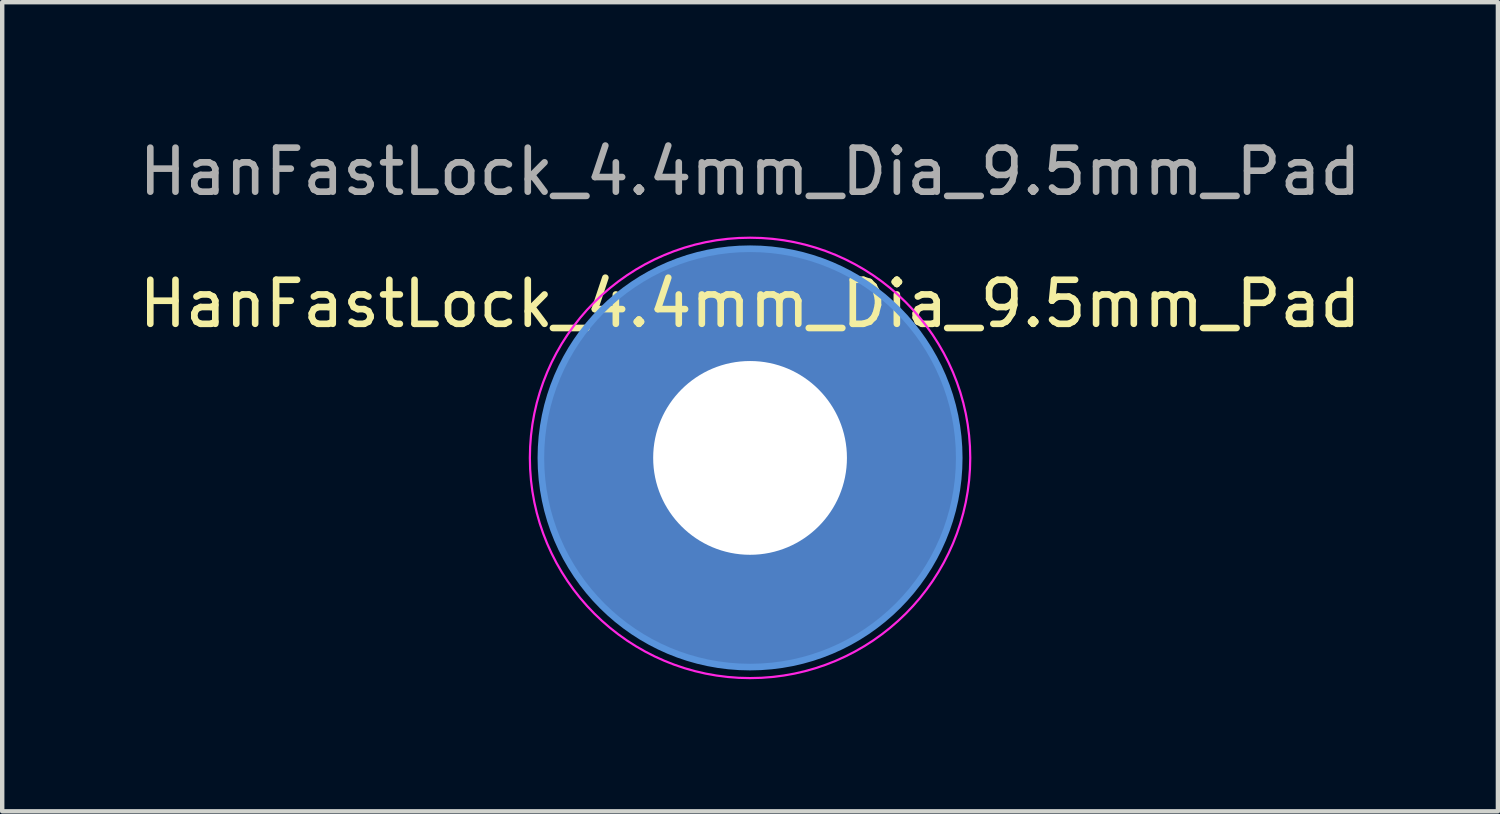
<source format=kicad_pcb>
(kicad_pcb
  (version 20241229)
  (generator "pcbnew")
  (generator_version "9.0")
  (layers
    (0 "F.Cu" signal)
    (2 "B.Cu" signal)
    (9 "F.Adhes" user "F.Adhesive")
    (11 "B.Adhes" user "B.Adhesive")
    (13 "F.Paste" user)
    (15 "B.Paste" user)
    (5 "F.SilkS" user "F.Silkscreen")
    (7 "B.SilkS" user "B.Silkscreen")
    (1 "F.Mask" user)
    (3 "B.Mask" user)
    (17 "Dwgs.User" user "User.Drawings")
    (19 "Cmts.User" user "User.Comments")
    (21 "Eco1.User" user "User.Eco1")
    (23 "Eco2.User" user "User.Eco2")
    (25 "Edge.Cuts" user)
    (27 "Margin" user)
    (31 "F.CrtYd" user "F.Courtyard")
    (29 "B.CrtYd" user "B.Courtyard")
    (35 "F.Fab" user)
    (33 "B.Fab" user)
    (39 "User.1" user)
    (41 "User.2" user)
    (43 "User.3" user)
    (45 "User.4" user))
  (footprint "HanFastLock_4.4mm_Dia_9.5mm_Pad"
    (layer "F.Cu")
    (at 13.982 7.348)
    (property "Reference" "HanFastLock_4.4mm_Dia_9.5mm_Pad" (at 0 -3.5 0) (layer "F.SilkS") (effects (font (size 1 1) (thickness 0.15))))
    (attr exclude_from_pos_files exclude_from_bom)
    (fp_circle (center 0 0) (end 4.75 0) (stroke (width 0.15) (type solid)) (fill no) (layer "Cmts.User"))
    (fp_circle (center 0 0) (end 5 0) (stroke (width 0.05) (type solid)) (fill no) (layer "F.CrtYd"))
    (fp_text user "${REFERENCE}" (at 0 -6.5 0) (layer "F.Fab") (effects (font (size 1 1) (thickness 0.15))))
    (pad "1" thru_hole circle (at 0 0) (size 9.5 9.5) (drill 4.4) (layers "*.Cu" "*.Mask")))
  (gr_rect
    (start -3 -3)
    (end 30.964 15.373)
    (stroke (width 0.1) (type default))
    (fill no)
    (layer "Edge.Cuts")))
</source>
